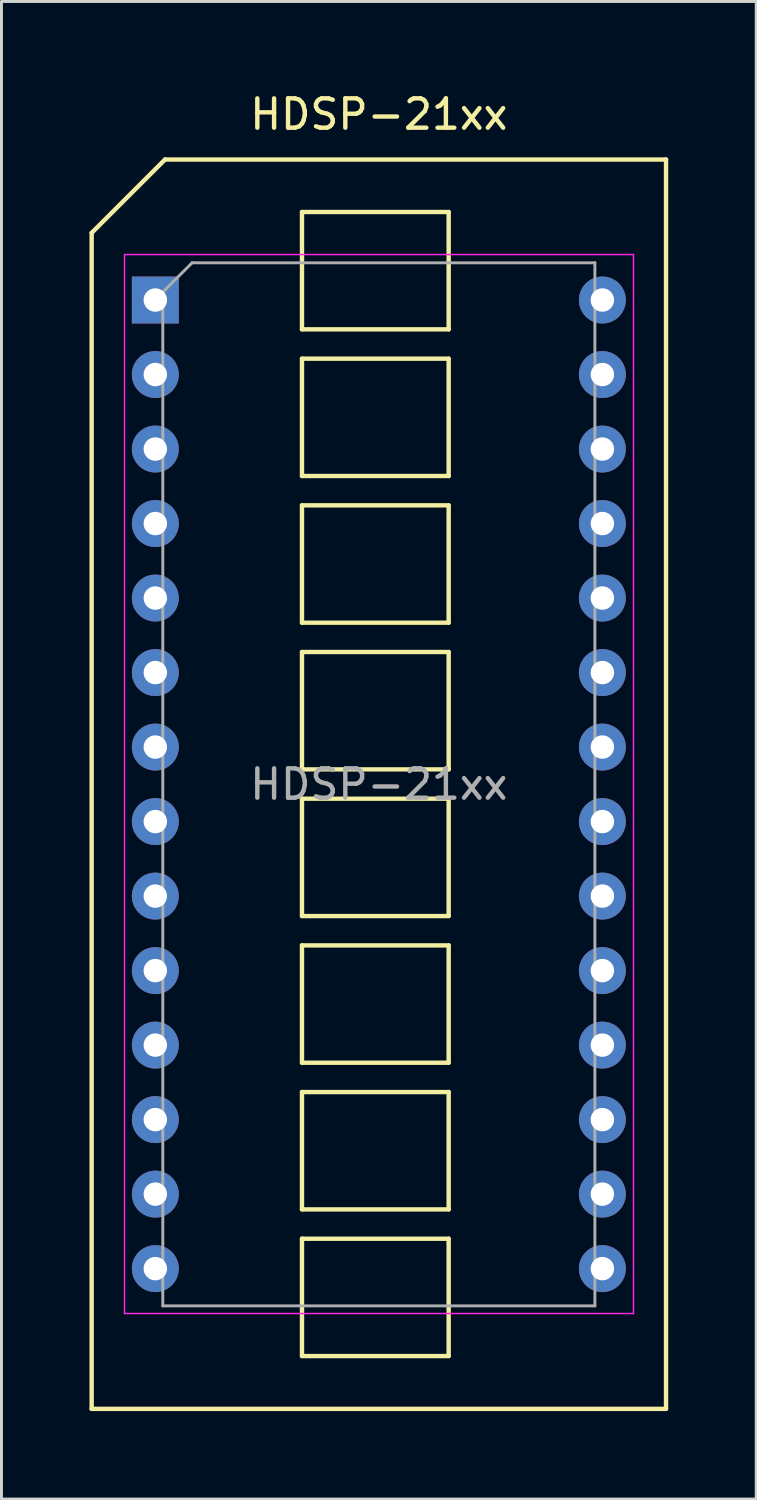
<source format=kicad_pcb>
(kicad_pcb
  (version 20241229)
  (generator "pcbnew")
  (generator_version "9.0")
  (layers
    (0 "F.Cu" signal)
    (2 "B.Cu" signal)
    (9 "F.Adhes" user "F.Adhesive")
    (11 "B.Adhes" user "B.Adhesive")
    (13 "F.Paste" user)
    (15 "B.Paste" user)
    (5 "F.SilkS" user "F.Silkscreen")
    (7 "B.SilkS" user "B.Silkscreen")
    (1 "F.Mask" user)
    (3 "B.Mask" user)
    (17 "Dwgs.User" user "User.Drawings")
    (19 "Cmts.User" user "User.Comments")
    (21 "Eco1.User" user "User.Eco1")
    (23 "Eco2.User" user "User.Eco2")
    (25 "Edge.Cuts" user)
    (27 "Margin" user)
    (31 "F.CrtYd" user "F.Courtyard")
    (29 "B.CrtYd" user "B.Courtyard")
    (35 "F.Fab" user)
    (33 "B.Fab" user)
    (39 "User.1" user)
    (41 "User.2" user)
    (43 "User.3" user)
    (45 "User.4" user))
  (footprint "HDSP-21xx"
    (layer "F.Cu")
    (at 2.245 7.178)
    (property "Reference" "HDSP-21xx" (at 7.62 -6.33 0) (layer "F.SilkS") (effects (font (size 1 1) (thickness 0.15))))
    (attr through_hole)
    (fp_line (start -2.17 -2.29) (end -2.17 37.8) (stroke (width 0.15) (type solid)) (layer "F.SilkS"))
    (fp_line (start -2.17 37.8) (end 17.41 37.8) (stroke (width 0.15) (type solid)) (layer "F.SilkS"))
    (fp_line (start 0.33 -4.79) (end -2.17 -2.29) (stroke (width 0.15) (type solid)) (layer "F.SilkS"))
    (fp_line (start 0.33 -4.79) (end 17.41 -4.79) (stroke (width 0.15) (type solid)) (layer "F.SilkS"))
    (fp_line (start 5 -3) (end 10 -3) (stroke (width 0.15) (type solid)) (layer "F.SilkS"))
    (fp_line (start 5 1) (end 5 -3) (stroke (width 0.15) (type solid)) (layer "F.SilkS"))
    (fp_line (start 5 2) (end 10 2) (stroke (width 0.15) (type solid)) (layer "F.SilkS"))
    (fp_line (start 5 6) (end 5 2) (stroke (width 0.15) (type solid)) (layer "F.SilkS"))
    (fp_line (start 5 7) (end 10 7) (stroke (width 0.15) (type solid)) (layer "F.SilkS"))
    (fp_line (start 5 11) (end 5 7) (stroke (width 0.15) (type solid)) (layer "F.SilkS"))
    (fp_line (start 5 12) (end 10 12) (stroke (width 0.15) (type solid)) (layer "F.SilkS"))
    (fp_line (start 5 16) (end 5 12) (stroke (width 0.15) (type solid)) (layer "F.SilkS"))
    (fp_line (start 5 17) (end 10 17) (stroke (width 0.15) (type solid)) (layer "F.SilkS"))
    (fp_line (start 5 21) (end 5 17) (stroke (width 0.15) (type solid)) (layer "F.SilkS"))
    (fp_line (start 5 22) (end 10 22) (stroke (width 0.15) (type solid)) (layer "F.SilkS"))
    (fp_line (start 5 26) (end 5 22) (stroke (width 0.15) (type solid)) (layer "F.SilkS"))
    (fp_line (start 5 27) (end 10 27) (stroke (width 0.15) (type solid)) (layer "F.SilkS"))
    (fp_line (start 5 31) (end 5 27) (stroke (width 0.15) (type solid)) (layer "F.SilkS"))
    (fp_line (start 5 32) (end 10 32) (stroke (width 0.15) (type solid)) (layer "F.SilkS"))
    (fp_line (start 5 36) (end 5 32) (stroke (width 0.15) (type solid)) (layer "F.SilkS"))
    (fp_line (start 10 -3) (end 10 1) (stroke (width 0.15) (type solid)) (layer "F.SilkS"))
    (fp_line (start 10 1) (end 5 1) (stroke (width 0.15) (type solid)) (layer "F.SilkS"))
    (fp_line (start 10 2) (end 10 6) (stroke (width 0.15) (type solid)) (layer "F.SilkS"))
    (fp_line (start 10 6) (end 5 6) (stroke (width 0.15) (type solid)) (layer "F.SilkS"))
    (fp_line (start 10 7) (end 10 11) (stroke (width 0.15) (type solid)) (layer "F.SilkS"))
    (fp_line (start 10 11) (end 5 11) (stroke (width 0.15) (type solid)) (layer "F.SilkS"))
    (fp_line (start 10 12) (end 10 16) (stroke (width 0.15) (type solid)) (layer "F.SilkS"))
    (fp_line (start 10 16) (end 5 16) (stroke (width 0.15) (type solid)) (layer "F.SilkS"))
    (fp_line (start 10 17) (end 10 21) (stroke (width 0.15) (type solid)) (layer "F.SilkS"))
    (fp_line (start 10 21) (end 5 21) (stroke (width 0.15) (type solid)) (layer "F.SilkS"))
    (fp_line (start 10 22) (end 10 26) (stroke (width 0.15) (type solid)) (layer "F.SilkS"))
    (fp_line (start 10 26) (end 5 26) (stroke (width 0.15) (type solid)) (layer "F.SilkS"))
    (fp_line (start 10 27) (end 10 31) (stroke (width 0.15) (type solid)) (layer "F.SilkS"))
    (fp_line (start 10 31) (end 5 31) (stroke (width 0.15) (type solid)) (layer "F.SilkS"))
    (fp_line (start 10 32) (end 10 36) (stroke (width 0.15) (type solid)) (layer "F.SilkS"))
    (fp_line (start 10 36) (end 5 36) (stroke (width 0.15) (type solid)) (layer "F.SilkS"))
    (fp_line (start 17.41 -4.79) (end 17.41 37.8) (stroke (width 0.15) (type solid)) (layer "F.SilkS"))
    (fp_line (start -1.05 -1.55) (end -1.05 34.55) (stroke (width 0.05) (type solid)) (layer "F.CrtYd"))
    (fp_line (start -1.05 34.55) (end 16.3 34.55) (stroke (width 0.05) (type solid)) (layer "F.CrtYd"))
    (fp_line (start 16.3 -1.55) (end -1.05 -1.55) (stroke (width 0.05) (type solid)) (layer "F.CrtYd"))
    (fp_line (start 16.3 34.55) (end 16.3 -1.55) (stroke (width 0.05) (type solid)) (layer "F.CrtYd"))
    (fp_line (start 0.255 -0.27) (end 1.255 -1.27) (stroke (width 0.1) (type solid)) (layer "F.Fab"))
    (fp_line (start 0.255 34.29) (end 0.255 -0.27) (stroke (width 0.1) (type solid)) (layer "F.Fab"))
    (fp_line (start 1.255 -1.27) (end 14.985 -1.27) (stroke (width 0.1) (type solid)) (layer "F.Fab"))
    (fp_line (start 14.985 -1.27) (end 14.985 34.29) (stroke (width 0.1) (type solid)) (layer "F.Fab"))
    (fp_line (start 14.985 34.29) (end 0.255 34.29) (stroke (width 0.1) (type solid)) (layer "F.Fab"))
    (fp_text user "${REFERENCE}" (at 7.62 16.51 0) (layer "F.Fab") (effects (font (size 1 1) (thickness 0.15))))
    (pad "1" thru_hole rect (at 0 0) (size 1.6 1.6) (drill 0.8) (layers "*.Cu" "*.Mask"))
    (pad "2" thru_hole oval (at 0 2.54) (size 1.6 1.6) (drill 0.8) (layers "*.Cu" "*.Mask"))
    (pad "3" thru_hole oval (at 0 5.08) (size 1.6 1.6) (drill 0.8) (layers "*.Cu" "*.Mask"))
    (pad "4" thru_hole oval (at 0 7.62) (size 1.6 1.6) (drill 0.8) (layers "*.Cu" "*.Mask"))
    (pad "5" thru_hole oval (at 0 10.16) (size 1.6 1.6) (drill 0.8) (layers "*.Cu" "*.Mask"))
    (pad "6" thru_hole oval (at 0 12.7) (size 1.6 1.6) (drill 0.8) (layers "*.Cu" "*.Mask"))
    (pad "7" thru_hole oval (at 0 15.24) (size 1.6 1.6) (drill 0.8) (layers "*.Cu" "*.Mask"))
    (pad "8" thru_hole oval (at 0 17.78) (size 1.6 1.6) (drill 0.8) (layers "*.Cu" "*.Mask"))
    (pad "9" thru_hole oval (at 0 20.32) (size 1.6 1.6) (drill 0.8) (layers "*.Cu" "*.Mask"))
    (pad "10" thru_hole oval (at 0 22.86) (size 1.6 1.6) (drill 0.8) (layers "*.Cu" "*.Mask"))
    (pad "11" thru_hole oval (at 0 25.4) (size 1.6 1.6) (drill 0.8) (layers "*.Cu" "*.Mask"))
    (pad "12" thru_hole oval (at 0 27.94) (size 1.6 1.6) (drill 0.8) (layers "*.Cu" "*.Mask"))
    (pad "13" thru_hole oval (at 0 30.48) (size 1.6 1.6) (drill 0.8) (layers "*.Cu" "*.Mask"))
    (pad "14" thru_hole oval (at 0 33.02) (size 1.6 1.6) (drill 0.8) (layers "*.Cu" "*.Mask"))
    (pad "15" thru_hole oval (at 15.24 33.02) (size 1.6 1.6) (drill 0.8) (layers "*.Cu" "*.Mask"))
    (pad "16" thru_hole oval (at 15.24 30.48) (size 1.6 1.6) (drill 0.8) (layers "*.Cu" "*.Mask"))
    (pad "17" thru_hole oval (at 15.24 27.94) (size 1.6 1.6) (drill 0.8) (layers "*.Cu" "*.Mask"))
    (pad "18" thru_hole oval (at 15.24 25.4) (size 1.6 1.6) (drill 0.8) (layers "*.Cu" "*.Mask"))
    (pad "19" thru_hole oval (at 15.24 22.86) (size 1.6 1.6) (drill 0.8) (layers "*.Cu" "*.Mask"))
    (pad "20" thru_hole oval (at 15.24 20.32) (size 1.6 1.6) (drill 0.8) (layers "*.Cu" "*.Mask"))
    (pad "21" thru_hole oval (at 15.24 17.78) (size 1.6 1.6) (drill 0.8) (layers "*.Cu" "*.Mask"))
    (pad "22" thru_hole oval (at 15.24 15.24) (size 1.6 1.6) (drill 0.8) (layers "*.Cu" "*.Mask"))
    (pad "23" thru_hole oval (at 15.24 12.7) (size 1.6 1.6) (drill 0.8) (layers "*.Cu" "*.Mask"))
    (pad "24" thru_hole oval (at 15.24 10.16) (size 1.6 1.6) (drill 0.8) (layers "*.Cu" "*.Mask"))
    (pad "25" thru_hole oval (at 15.24 7.62) (size 1.6 1.6) (drill 0.8) (layers "*.Cu" "*.Mask"))
    (pad "26" thru_hole oval (at 15.24 5.08) (size 1.6 1.6) (drill 0.8) (layers "*.Cu" "*.Mask"))
    (pad "27" thru_hole oval (at 15.24 2.54) (size 1.6 1.6) (drill 0.8) (layers "*.Cu" "*.Mask"))
    (pad "28" thru_hole oval (at 15.24 0) (size 1.6 1.6) (drill 0.8) (layers "*.Cu" "*.Mask")))
  (gr_rect
    (start -3 -3)
    (end 22.73 48.053)
    (stroke (width 0.1) (type default))
    (fill no)
    (layer "Edge.Cuts")))
</source>
